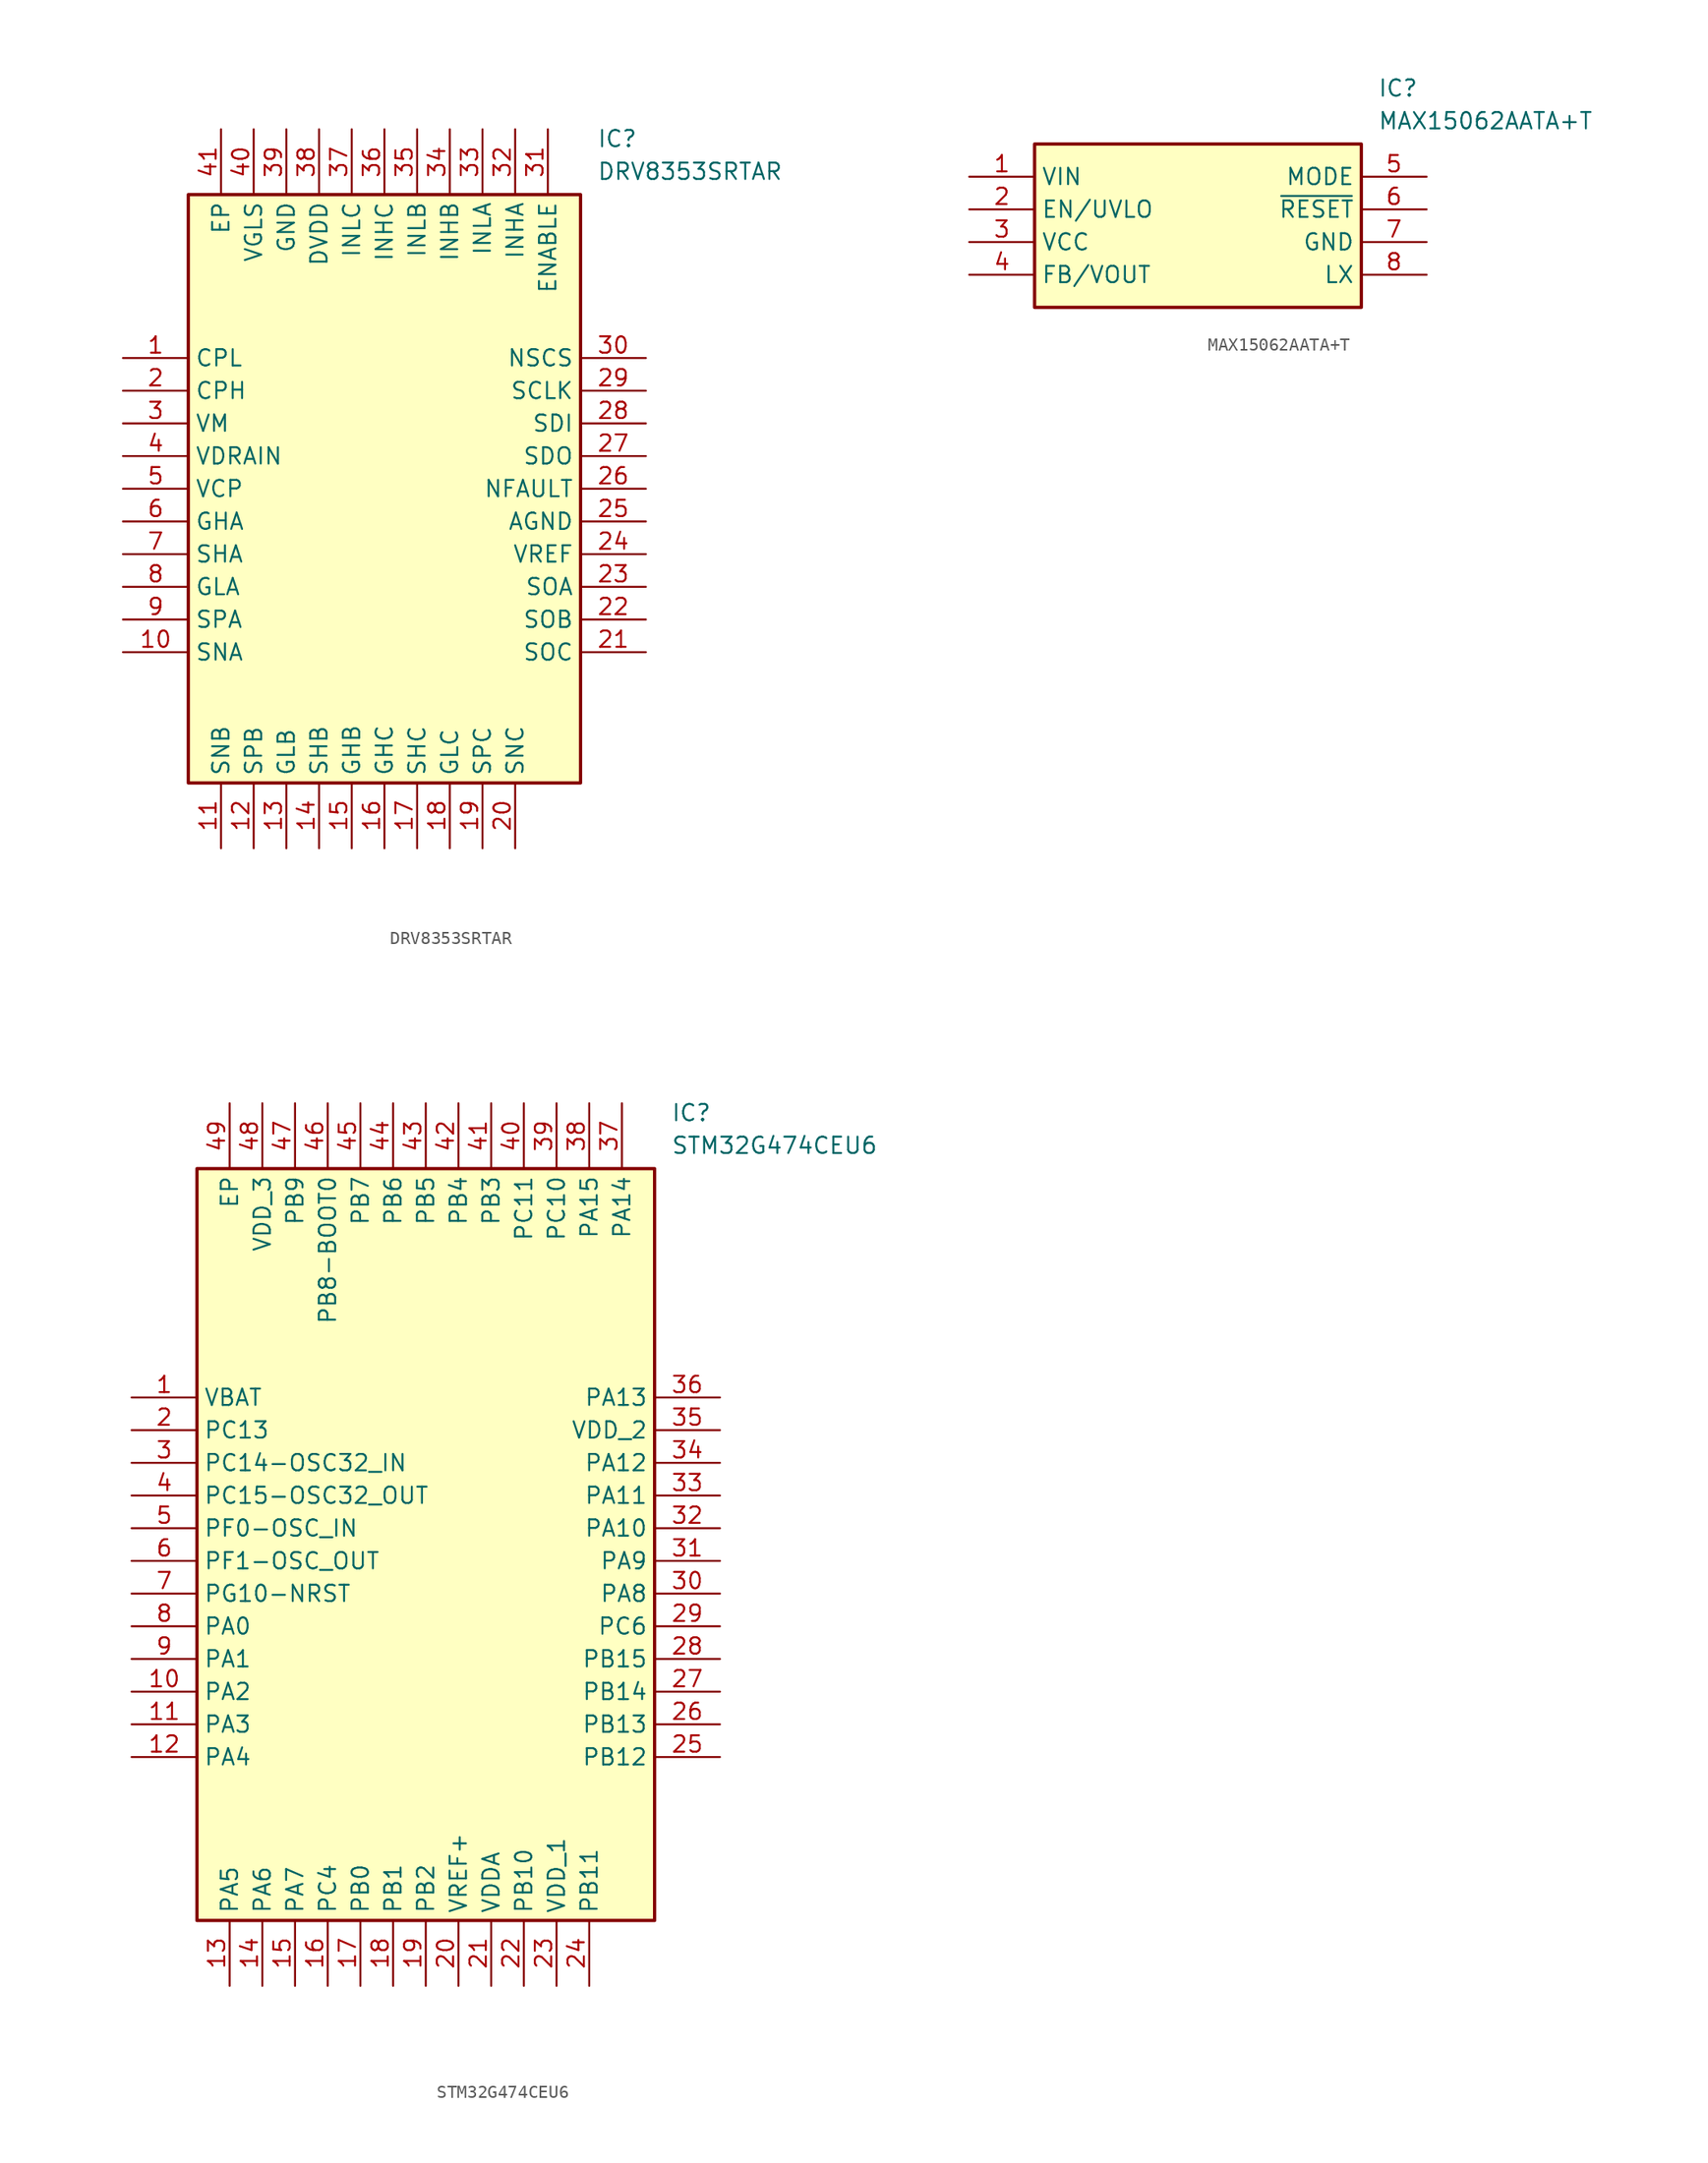
<source format=kicad_sym>
(kicad_symbol_lib
  (version 20220914)
  (generator kicad_symbol_editor)
  (symbol "DRV8353SRTAR"
    (property "Reference" "IC"
      (at 36.83 17.78 0)
      (effects (font (size 1.27 1.27)) (justify left top)))
    (property "Value" "DRV8353SRTAR"
      (at 36.83 15.24 0)
      (effects (font (size 1.27 1.27)) (justify left top)))
    (symbol "DRV8353SRTAR_1_1"
      (rectangle (start 5.08 12.7) (end 35.56 -33.02) (stroke (width 0.254) (type default)) (fill (type background)))
      (pin passive line (at 0 0 0) (length 5.08) (name "CPL" (effects (font (size 1.27 1.27)))) (number "1" (effects (font (size 1.27 1.27)))))
      (pin passive line (at 0 -22.86 0) (length 5.08) (name "SNA" (effects (font (size 1.27 1.27)))) (number "10" (effects (font (size 1.27 1.27)))))
      (pin passive line (at 7.62 -38.1 90) (length 5.08) (name "SNB" (effects (font (size 1.27 1.27)))) (number "11" (effects (font (size 1.27 1.27)))))
      (pin passive line (at 10.16 -38.1 90) (length 5.08) (name "SPB" (effects (font (size 1.27 1.27)))) (number "12" (effects (font (size 1.27 1.27)))))
      (pin passive line (at 12.7 -38.1 90) (length 5.08) (name "GLB" (effects (font (size 1.27 1.27)))) (number "13" (effects (font (size 1.27 1.27)))))
      (pin passive line (at 15.24 -38.1 90) (length 5.08) (name "SHB" (effects (font (size 1.27 1.27)))) (number "14" (effects (font (size 1.27 1.27)))))
      (pin passive line (at 17.78 -38.1 90) (length 5.08) (name "GHB" (effects (font (size 1.27 1.27)))) (number "15" (effects (font (size 1.27 1.27)))))
      (pin passive line (at 20.32 -38.1 90) (length 5.08) (name "GHC" (effects (font (size 1.27 1.27)))) (number "16" (effects (font (size 1.27 1.27)))))
      (pin passive line (at 22.86 -38.1 90) (length 5.08) (name "SHC" (effects (font (size 1.27 1.27)))) (number "17" (effects (font (size 1.27 1.27)))))
      (pin passive line (at 25.4 -38.1 90) (length 5.08) (name "GLC" (effects (font (size 1.27 1.27)))) (number "18" (effects (font (size 1.27 1.27)))))
      (pin passive line (at 27.94 -38.1 90) (length 5.08) (name "SPC" (effects (font (size 1.27 1.27)))) (number "19" (effects (font (size 1.27 1.27)))))
      (pin passive line (at 0 -2.54 0) (length 5.08) (name "CPH" (effects (font (size 1.27 1.27)))) (number "2" (effects (font (size 1.27 1.27)))))
      (pin passive line (at 30.48 -38.1 90) (length 5.08) (name "SNC" (effects (font (size 1.27 1.27)))) (number "20" (effects (font (size 1.27 1.27)))))
      (pin passive line (at 40.64 -22.86 180) (length 5.08) (name "SOC" (effects (font (size 1.27 1.27)))) (number "21" (effects (font (size 1.27 1.27)))))
      (pin passive line (at 40.64 -20.32 180) (length 5.08) (name "SOB" (effects (font (size 1.27 1.27)))) (number "22" (effects (font (size 1.27 1.27)))))
      (pin passive line (at 40.64 -17.78 180) (length 5.08) (name "SOA" (effects (font (size 1.27 1.27)))) (number "23" (effects (font (size 1.27 1.27)))))
      (pin passive line (at 40.64 -15.24 180) (length 5.08) (name "VREF" (effects (font (size 1.27 1.27)))) (number "24" (effects (font (size 1.27 1.27)))))
      (pin passive line (at 40.64 -12.7 180) (length 5.08) (name "AGND" (effects (font (size 1.27 1.27)))) (number "25" (effects (font (size 1.27 1.27)))))
      (pin passive line (at 40.64 -10.16 180) (length 5.08) (name "NFAULT" (effects (font (size 1.27 1.27)))) (number "26" (effects (font (size 1.27 1.27)))))
      (pin passive line (at 40.64 -7.62 180) (length 5.08) (name "SDO" (effects (font (size 1.27 1.27)))) (number "27" (effects (font (size 1.27 1.27)))))
      (pin passive line (at 40.64 -5.08 180) (length 5.08) (name "SDI" (effects (font (size 1.27 1.27)))) (number "28" (effects (font (size 1.27 1.27)))))
      (pin passive line (at 40.64 -2.54 180) (length 5.08) (name "SCLK" (effects (font (size 1.27 1.27)))) (number "29" (effects (font (size 1.27 1.27)))))
      (pin passive line (at 0 -5.08 0) (length 5.08) (name "VM" (effects (font (size 1.27 1.27)))) (number "3" (effects (font (size 1.27 1.27)))))
      (pin passive line (at 40.64 0 180) (length 5.08) (name "NSCS" (effects (font (size 1.27 1.27)))) (number "30" (effects (font (size 1.27 1.27)))))
      (pin passive line (at 33.02 17.78 270) (length 5.08) (name "ENABLE" (effects (font (size 1.27 1.27)))) (number "31" (effects (font (size 1.27 1.27)))))
      (pin passive line (at 30.48 17.78 270) (length 5.08) (name "INHA" (effects (font (size 1.27 1.27)))) (number "32" (effects (font (size 1.27 1.27)))))
      (pin passive line (at 27.94 17.78 270) (length 5.08) (name "INLA" (effects (font (size 1.27 1.27)))) (number "33" (effects (font (size 1.27 1.27)))))
      (pin passive line (at 25.4 17.78 270) (length 5.08) (name "INHB" (effects (font (size 1.27 1.27)))) (number "34" (effects (font (size 1.27 1.27)))))
      (pin passive line (at 22.86 17.78 270) (length 5.08) (name "INLB" (effects (font (size 1.27 1.27)))) (number "35" (effects (font (size 1.27 1.27)))))
      (pin passive line (at 20.32 17.78 270) (length 5.08) (name "INHC" (effects (font (size 1.27 1.27)))) (number "36" (effects (font (size 1.27 1.27)))))
      (pin passive line (at 17.78 17.78 270) (length 5.08) (name "INLC" (effects (font (size 1.27 1.27)))) (number "37" (effects (font (size 1.27 1.27)))))
      (pin passive line (at 15.24 17.78 270) (length 5.08) (name "DVDD" (effects (font (size 1.27 1.27)))) (number "38" (effects (font (size 1.27 1.27)))))
      (pin passive line (at 12.7 17.78 270) (length 5.08) (name "GND" (effects (font (size 1.27 1.27)))) (number "39" (effects (font (size 1.27 1.27)))))
      (pin passive line (at 0 -7.62 0) (length 5.08) (name "VDRAIN" (effects (font (size 1.27 1.27)))) (number "4" (effects (font (size 1.27 1.27)))))
      (pin passive line (at 10.16 17.78 270) (length 5.08) (name "VGLS" (effects (font (size 1.27 1.27)))) (number "40" (effects (font (size 1.27 1.27)))))
      (pin passive line (at 7.62 17.78 270) (length 5.08) (name "EP" (effects (font (size 1.27 1.27)))) (number "41" (effects (font (size 1.27 1.27)))))
      (pin passive line (at 0 -10.16 0) (length 5.08) (name "VCP" (effects (font (size 1.27 1.27)))) (number "5" (effects (font (size 1.27 1.27)))))
      (pin passive line (at 0 -12.7 0) (length 5.08) (name "GHA" (effects (font (size 1.27 1.27)))) (number "6" (effects (font (size 1.27 1.27)))))
      (pin passive line (at 0 -15.24 0) (length 5.08) (name "SHA" (effects (font (size 1.27 1.27)))) (number "7" (effects (font (size 1.27 1.27)))))
      (pin passive line (at 0 -17.78 0) (length 5.08) (name "GLA" (effects (font (size 1.27 1.27)))) (number "8" (effects (font (size 1.27 1.27)))))
      (pin passive line (at 0 -20.32 0) (length 5.08) (name "SPA" (effects (font (size 1.27 1.27)))) (number "9" (effects (font (size 1.27 1.27)))))))
  (symbol "MAX15062AATA+T"
    (property "Reference" "IC"
      (at 31.75 7.62 0)
      (effects (font (size 1.27 1.27)) (justify left top)))
    (property "Value" "MAX15062AATA+T"
      (at 31.75 5.08 0)
      (effects (font (size 1.27 1.27)) (justify left top)))
    (symbol "MAX15062AATA+T_1_1"
      (rectangle (start 5.08 2.54) (end 30.48 -10.16) (stroke (width 0.254) (type default)) (fill (type background)))
      (pin passive line (at 0 0 0) (length 5.08) (name "VIN" (effects (font (size 1.27 1.27)))) (number "1" (effects (font (size 1.27 1.27)))))
      (pin passive line (at 0 -2.54 0) (length 5.08) (name "EN/UVLO" (effects (font (size 1.27 1.27)))) (number "2" (effects (font (size 1.27 1.27)))))
      (pin passive line (at 0 -5.08 0) (length 5.08) (name "VCC" (effects (font (size 1.27 1.27)))) (number "3" (effects (font (size 1.27 1.27)))))
      (pin passive line (at 0 -7.62 0) (length 5.08) (name "FB/VOUT" (effects (font (size 1.27 1.27)))) (number "4" (effects (font (size 1.27 1.27)))))
      (pin passive line (at 35.56 0 180) (length 5.08) (name "MODE" (effects (font (size 1.27 1.27)))) (number "5" (effects (font (size 1.27 1.27)))))
      (pin passive line (at 35.56 -2.54 180) (length 5.08) (name "~{RESET}" (effects (font (size 1.27 1.27)))) (number "6" (effects (font (size 1.27 1.27)))))
      (pin passive line (at 35.56 -5.08 180) (length 5.08) (name "GND" (effects (font (size 1.27 1.27)))) (number "7" (effects (font (size 1.27 1.27)))))
      (pin passive line (at 35.56 -7.62 180) (length 5.08) (name "LX" (effects (font (size 1.27 1.27)))) (number "8" (effects (font (size 1.27 1.27)))))))
  (symbol "STM32G474CEU6"
    (property "Reference" "IC"
      (at 41.91 22.86 0)
      (effects (font (size 1.27 1.27)) (justify left top)))
    (property "Value" "STM32G474CEU6"
      (at 41.91 20.32 0)
      (effects (font (size 1.27 1.27)) (justify left top)))
    (symbol "STM32G474CEU6_1_1"
      (rectangle (start 5.08 17.78) (end 40.64 -40.64) (stroke (width 0.254) (type default)) (fill (type background)))
      (pin passive line (at 0 0 0) (length 5.08) (name "VBAT" (effects (font (size 1.27 1.27)))) (number "1" (effects (font (size 1.27 1.27)))))
      (pin passive line (at 0 -22.86 0) (length 5.08) (name "PA2" (effects (font (size 1.27 1.27)))) (number "10" (effects (font (size 1.27 1.27)))))
      (pin passive line (at 0 -25.4 0) (length 5.08) (name "PA3" (effects (font (size 1.27 1.27)))) (number "11" (effects (font (size 1.27 1.27)))))
      (pin passive line (at 0 -27.94 0) (length 5.08) (name "PA4" (effects (font (size 1.27 1.27)))) (number "12" (effects (font (size 1.27 1.27)))))
      (pin passive line (at 7.62 -45.72 90) (length 5.08) (name "PA5" (effects (font (size 1.27 1.27)))) (number "13" (effects (font (size 1.27 1.27)))))
      (pin passive line (at 10.16 -45.72 90) (length 5.08) (name "PA6" (effects (font (size 1.27 1.27)))) (number "14" (effects (font (size 1.27 1.27)))))
      (pin passive line (at 12.7 -45.72 90) (length 5.08) (name "PA7" (effects (font (size 1.27 1.27)))) (number "15" (effects (font (size 1.27 1.27)))))
      (pin passive line (at 15.24 -45.72 90) (length 5.08) (name "PC4" (effects (font (size 1.27 1.27)))) (number "16" (effects (font (size 1.27 1.27)))))
      (pin passive line (at 17.78 -45.72 90) (length 5.08) (name "PB0" (effects (font (size 1.27 1.27)))) (number "17" (effects (font (size 1.27 1.27)))))
      (pin passive line (at 20.32 -45.72 90) (length 5.08) (name "PB1" (effects (font (size 1.27 1.27)))) (number "18" (effects (font (size 1.27 1.27)))))
      (pin passive line (at 22.86 -45.72 90) (length 5.08) (name "PB2" (effects (font (size 1.27 1.27)))) (number "19" (effects (font (size 1.27 1.27)))))
      (pin passive line (at 0 -2.54 0) (length 5.08) (name "PC13" (effects (font (size 1.27 1.27)))) (number "2" (effects (font (size 1.27 1.27)))))
      (pin passive line (at 25.4 -45.72 90) (length 5.08) (name "VREF+" (effects (font (size 1.27 1.27)))) (number "20" (effects (font (size 1.27 1.27)))))
      (pin passive line (at 27.94 -45.72 90) (length 5.08) (name "VDDA" (effects (font (size 1.27 1.27)))) (number "21" (effects (font (size 1.27 1.27)))))
      (pin passive line (at 30.48 -45.72 90) (length 5.08) (name "PB10" (effects (font (size 1.27 1.27)))) (number "22" (effects (font (size 1.27 1.27)))))
      (pin passive line (at 33.02 -45.72 90) (length 5.08) (name "VDD_1" (effects (font (size 1.27 1.27)))) (number "23" (effects (font (size 1.27 1.27)))))
      (pin passive line (at 35.56 -45.72 90) (length 5.08) (name "PB11" (effects (font (size 1.27 1.27)))) (number "24" (effects (font (size 1.27 1.27)))))
      (pin passive line (at 45.72 -27.94 180) (length 5.08) (name "PB12" (effects (font (size 1.27 1.27)))) (number "25" (effects (font (size 1.27 1.27)))))
      (pin passive line (at 45.72 -25.4 180) (length 5.08) (name "PB13" (effects (font (size 1.27 1.27)))) (number "26" (effects (font (size 1.27 1.27)))))
      (pin passive line (at 45.72 -22.86 180) (length 5.08) (name "PB14" (effects (font (size 1.27 1.27)))) (number "27" (effects (font (size 1.27 1.27)))))
      (pin passive line (at 45.72 -20.32 180) (length 5.08) (name "PB15" (effects (font (size 1.27 1.27)))) (number "28" (effects (font (size 1.27 1.27)))))
      (pin passive line (at 45.72 -17.78 180) (length 5.08) (name "PC6" (effects (font (size 1.27 1.27)))) (number "29" (effects (font (size 1.27 1.27)))))
      (pin passive line (at 0 -5.08 0) (length 5.08) (name "PC14-OSC32_IN" (effects (font (size 1.27 1.27)))) (number "3" (effects (font (size 1.27 1.27)))))
      (pin passive line (at 45.72 -15.24 180) (length 5.08) (name "PA8" (effects (font (size 1.27 1.27)))) (number "30" (effects (font (size 1.27 1.27)))))
      (pin passive line (at 45.72 -12.7 180) (length 5.08) (name "PA9" (effects (font (size 1.27 1.27)))) (number "31" (effects (font (size 1.27 1.27)))))
      (pin passive line (at 45.72 -10.16 180) (length 5.08) (name "PA10" (effects (font (size 1.27 1.27)))) (number "32" (effects (font (size 1.27 1.27)))))
      (pin passive line (at 45.72 -7.62 180) (length 5.08) (name "PA11" (effects (font (size 1.27 1.27)))) (number "33" (effects (font (size 1.27 1.27)))))
      (pin passive line (at 45.72 -5.08 180) (length 5.08) (name "PA12" (effects (font (size 1.27 1.27)))) (number "34" (effects (font (size 1.27 1.27)))))
      (pin passive line (at 45.72 -2.54 180) (length 5.08) (name "VDD_2" (effects (font (size 1.27 1.27)))) (number "35" (effects (font (size 1.27 1.27)))))
      (pin passive line (at 45.72 0 180) (length 5.08) (name "PA13" (effects (font (size 1.27 1.27)))) (number "36" (effects (font (size 1.27 1.27)))))
      (pin passive line (at 38.1 22.86 270) (length 5.08) (name "PA14" (effects (font (size 1.27 1.27)))) (number "37" (effects (font (size 1.27 1.27)))))
      (pin passive line (at 35.56 22.86 270) (length 5.08) (name "PA15" (effects (font (size 1.27 1.27)))) (number "38" (effects (font (size 1.27 1.27)))))
      (pin passive line (at 33.02 22.86 270) (length 5.08) (name "PC10" (effects (font (size 1.27 1.27)))) (number "39" (effects (font (size 1.27 1.27)))))
      (pin passive line (at 0 -7.62 0) (length 5.08) (name "PC15-OSC32_OUT" (effects (font (size 1.27 1.27)))) (number "4" (effects (font (size 1.27 1.27)))))
      (pin passive line (at 30.48 22.86 270) (length 5.08) (name "PC11" (effects (font (size 1.27 1.27)))) (number "40" (effects (font (size 1.27 1.27)))))
      (pin passive line (at 27.94 22.86 270) (length 5.08) (name "PB3" (effects (font (size 1.27 1.27)))) (number "41" (effects (font (size 1.27 1.27)))))
      (pin passive line (at 25.4 22.86 270) (length 5.08) (name "PB4" (effects (font (size 1.27 1.27)))) (number "42" (effects (font (size 1.27 1.27)))))
      (pin passive line (at 22.86 22.86 270) (length 5.08) (name "PB5" (effects (font (size 1.27 1.27)))) (number "43" (effects (font (size 1.27 1.27)))))
      (pin passive line (at 20.32 22.86 270) (length 5.08) (name "PB6" (effects (font (size 1.27 1.27)))) (number "44" (effects (font (size 1.27 1.27)))))
      (pin passive line (at 17.78 22.86 270) (length 5.08) (name "PB7" (effects (font (size 1.27 1.27)))) (number "45" (effects (font (size 1.27 1.27)))))
      (pin passive line (at 15.24 22.86 270) (length 5.08) (name "PB8-BOOT0" (effects (font (size 1.27 1.27)))) (number "46" (effects (font (size 1.27 1.27)))))
      (pin passive line (at 12.7 22.86 270) (length 5.08) (name "PB9" (effects (font (size 1.27 1.27)))) (number "47" (effects (font (size 1.27 1.27)))))
      (pin passive line (at 10.16 22.86 270) (length 5.08) (name "VDD_3" (effects (font (size 1.27 1.27)))) (number "48" (effects (font (size 1.27 1.27)))))
      (pin passive line (at 7.62 22.86 270) (length 5.08) (name "EP" (effects (font (size 1.27 1.27)))) (number "49" (effects (font (size 1.27 1.27)))))
      (pin passive line (at 0 -10.16 0) (length 5.08) (name "PF0-OSC_IN" (effects (font (size 1.27 1.27)))) (number "5" (effects (font (size 1.27 1.27)))))
      (pin passive line (at 0 -12.7 0) (length 5.08) (name "PF1-OSC_OUT" (effects (font (size 1.27 1.27)))) (number "6" (effects (font (size 1.27 1.27)))))
      (pin passive line (at 0 -15.24 0) (length 5.08) (name "PG10-NRST" (effects (font (size 1.27 1.27)))) (number "7" (effects (font (size 1.27 1.27)))))
      (pin passive line (at 0 -17.78 0) (length 5.08) (name "PA0" (effects (font (size 1.27 1.27)))) (number "8" (effects (font (size 1.27 1.27)))))
      (pin passive line (at 0 -20.32 0) (length 5.08) (name "PA1" (effects (font (size 1.27 1.27)))) (number "9" (effects (font (size 1.27 1.27))))))))
</source>
